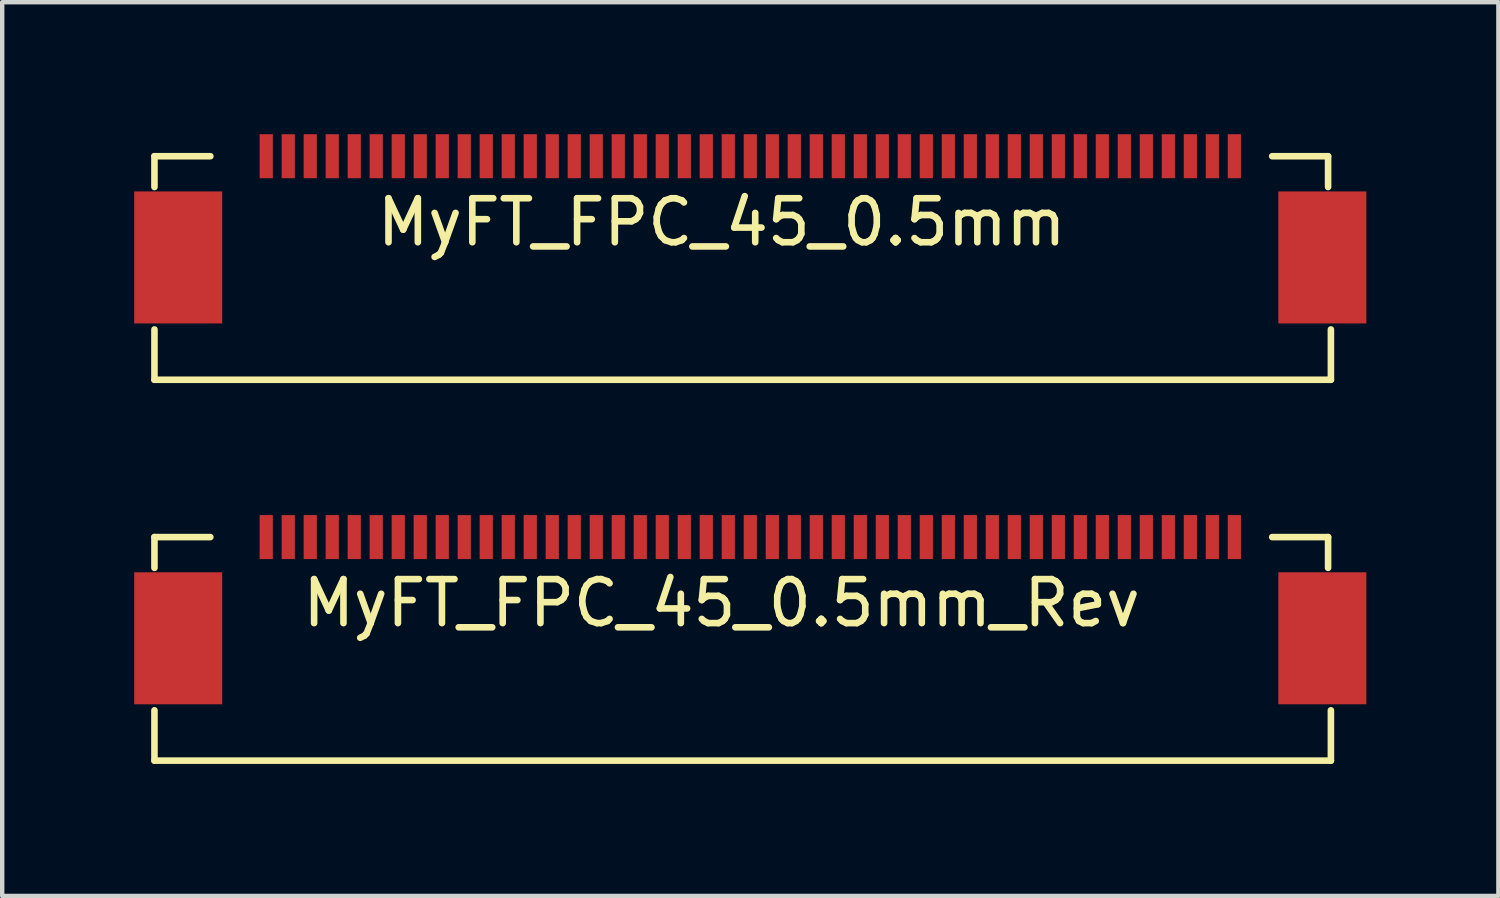
<source format=kicad_pcb>
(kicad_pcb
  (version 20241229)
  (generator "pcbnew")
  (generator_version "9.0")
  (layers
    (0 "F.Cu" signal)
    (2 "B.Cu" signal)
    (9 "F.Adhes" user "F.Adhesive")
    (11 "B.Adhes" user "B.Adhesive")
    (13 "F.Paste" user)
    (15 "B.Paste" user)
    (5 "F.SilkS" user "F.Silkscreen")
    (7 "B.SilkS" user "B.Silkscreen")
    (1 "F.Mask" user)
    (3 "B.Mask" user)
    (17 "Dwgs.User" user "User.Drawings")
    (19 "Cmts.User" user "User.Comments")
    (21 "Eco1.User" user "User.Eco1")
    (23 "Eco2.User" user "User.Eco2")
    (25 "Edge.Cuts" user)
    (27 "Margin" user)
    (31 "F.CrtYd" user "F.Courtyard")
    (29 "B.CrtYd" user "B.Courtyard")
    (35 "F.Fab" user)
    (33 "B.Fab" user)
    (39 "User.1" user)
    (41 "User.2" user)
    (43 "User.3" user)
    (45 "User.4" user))
  (footprint "MyFT_FPC_45_0.5mm"
    (layer "F.Cu")
    (at 3 0.5)
    (property "Reference" "MyFT_FPC_45_0.5mm" (at 10.35 1.5 0) (layer "F.SilkS") (effects (font (size 1 1) (thickness 0.15))))
    (attr through_hole)
    (fp_line (start -2.54 0) (end -2.54 0.7) (stroke (width 0.15) (type solid)) (layer "F.SilkS"))
    (fp_line (start -2.54 3.937) (end -2.54 5.08) (stroke (width 0.15) (type solid)) (layer "F.SilkS"))
    (fp_line (start -2.54 5.08) (end 24.194 5.08) (stroke (width 0.15) (type solid)) (layer "F.SilkS"))
    (fp_line (start -1.27 0) (end -2.54 0) (stroke (width 0.15) (type solid)) (layer "F.SilkS"))
    (fp_line (start 24.13 0) (end 22.86 0) (stroke (width 0.15) (type solid)) (layer "F.SilkS"))
    (fp_line (start 24.13 0.7) (end 24.13 0) (stroke (width 0.15) (type solid)) (layer "F.SilkS"))
    (fp_line (start 24.194 5.08) (end 24.194 3.937) (stroke (width 0.15) (type solid)) (layer "F.SilkS"))
    (pad "1" smd trapezoid (at 22 0) (size 0.3 1) (layers "F.Cu" "F.Mask" "F.Paste"))
    (pad "2" smd trapezoid (at 21.5 0) (size 0.3 1) (layers "F.Cu" "F.Mask" "F.Paste"))
    (pad "3" smd trapezoid (at 21 0) (size 0.3 1) (layers "F.Cu" "F.Mask" "F.Paste"))
    (pad "4" smd trapezoid (at 20.5 0) (size 0.3 1) (layers "F.Cu" "F.Mask" "F.Paste"))
    (pad "5" smd trapezoid (at 20 0) (size 0.3 1) (layers "F.Cu" "F.Mask" "F.Paste"))
    (pad "6" smd trapezoid (at 19.5 0) (size 0.3 1) (layers "F.Cu" "F.Mask" "F.Paste"))
    (pad "7" smd trapezoid (at 19 0) (size 0.3 1) (layers "F.Cu" "F.Mask" "F.Paste"))
    (pad "8" smd trapezoid (at 18.5 0) (size 0.3 1) (layers "F.Cu" "F.Mask" "F.Paste"))
    (pad "9" smd trapezoid (at 18 0) (size 0.3 1) (layers "F.Cu" "F.Mask" "F.Paste"))
    (pad "10" smd trapezoid (at 17.5 0) (size 0.3 1) (layers "F.Cu" "F.Mask" "F.Paste"))
    (pad "11" smd trapezoid (at 17 0) (size 0.3 1) (layers "F.Cu" "F.Mask" "F.Paste"))
    (pad "12" smd trapezoid (at 16.5 0) (size 0.3 1) (layers "F.Cu" "F.Mask" "F.Paste"))
    (pad "13" smd trapezoid (at 16 0) (size 0.3 1) (layers "F.Cu" "F.Mask" "F.Paste"))
    (pad "14" smd trapezoid (at 15.5 0) (size 0.3 1) (layers "F.Cu" "F.Mask" "F.Paste"))
    (pad "15" smd trapezoid (at 15 0) (size 0.3 1) (layers "F.Cu" "F.Mask" "F.Paste"))
    (pad "16" smd trapezoid (at 14.5 0) (size 0.3 1) (layers "F.Cu" "F.Mask" "F.Paste"))
    (pad "17" smd trapezoid (at 14 0) (size 0.3 1) (layers "F.Cu" "F.Mask" "F.Paste"))
    (pad "18" smd trapezoid (at 13.5 0) (size 0.3 1) (layers "F.Cu" "F.Mask" "F.Paste"))
    (pad "19" smd trapezoid (at 13 0) (size 0.3 1) (layers "F.Cu" "F.Mask" "F.Paste"))
    (pad "20" smd trapezoid (at 12.5 0) (size 0.3 1) (layers "F.Cu" "F.Mask" "F.Paste"))
    (pad "21" smd trapezoid (at 12 0) (size 0.3 1) (layers "F.Cu" "F.Mask" "F.Paste"))
    (pad "22" smd trapezoid (at 11.5 0) (size 0.3 1) (layers "F.Cu" "F.Mask" "F.Paste"))
    (pad "23" smd trapezoid (at 11 0) (size 0.3 1) (layers "F.Cu" "F.Mask" "F.Paste"))
    (pad "24" smd trapezoid (at 10.5 0) (size 0.3 1) (layers "F.Cu" "F.Mask" "F.Paste"))
    (pad "25" smd trapezoid (at 10 0) (size 0.3 1) (layers "F.Cu" "F.Mask" "F.Paste"))
    (pad "26" smd trapezoid (at 9.5 0) (size 0.3 1) (layers "F.Cu" "F.Mask" "F.Paste"))
    (pad "27" smd trapezoid (at 9 0) (size 0.3 1) (layers "F.Cu" "F.Mask" "F.Paste"))
    (pad "28" smd trapezoid (at 8.5 0) (size 0.3 1) (layers "F.Cu" "F.Mask" "F.Paste"))
    (pad "29" smd trapezoid (at 8 0) (size 0.3 1) (layers "F.Cu" "F.Mask" "F.Paste"))
    (pad "30" smd trapezoid (at 7.5 0) (size 0.3 1) (layers "F.Cu" "F.Mask" "F.Paste"))
    (pad "31" smd trapezoid (at 7 0) (size 0.3 1) (layers "F.Cu" "F.Mask" "F.Paste"))
    (pad "32" smd trapezoid (at 6.5 0) (size 0.3 1) (layers "F.Cu" "F.Mask" "F.Paste"))
    (pad "33" smd trapezoid (at 6 0) (size 0.3 1) (layers "F.Cu" "F.Mask" "F.Paste"))
    (pad "34" smd trapezoid (at 5.5 0) (size 0.3 1) (layers "F.Cu" "F.Mask" "F.Paste"))
    (pad "35" smd trapezoid (at 5 0) (size 0.3 1) (layers "F.Cu" "F.Mask" "F.Paste"))
    (pad "36" smd trapezoid (at 4.5 0) (size 0.3 1) (layers "F.Cu" "F.Mask" "F.Paste"))
    (pad "37" smd trapezoid (at 4 0) (size 0.3 1) (layers "F.Cu" "F.Mask" "F.Paste"))
    (pad "38" smd trapezoid (at 3.5 0) (size 0.3 1) (layers "F.Cu" "F.Mask" "F.Paste"))
    (pad "39" smd trapezoid (at 3 0) (size 0.3 1) (layers "F.Cu" "F.Mask" "F.Paste"))
    (pad "40" smd trapezoid (at 2.5 0) (size 0.3 1) (layers "F.Cu" "F.Mask" "F.Paste"))
    (pad "41" smd trapezoid (at 2 0) (size 0.3 1) (layers "F.Cu" "F.Mask" "F.Paste"))
    (pad "42" smd trapezoid (at 1.5 0) (size 0.3 1) (layers "F.Cu" "F.Mask" "F.Paste"))
    (pad "43" smd trapezoid (at 1 0) (size 0.3 1) (layers "F.Cu" "F.Mask" "F.Paste"))
    (pad "44" smd trapezoid (at 0.5 0) (size 0.3 1) (layers "F.Cu" "F.Mask" "F.Paste"))
    (pad "45" smd trapezoid (at 0 0) (size 0.3 1) (layers "F.Cu" "F.Mask" "F.Paste"))
    (pad "46" smd trapezoid (at -2 2.3) (size 2 3) (layers "F.Cu" "F.Mask" "F.Paste"))
    (pad "46" smd trapezoid (at 24 2.3) (size 2 3) (layers "F.Cu" "F.Mask" "F.Paste")))
  (footprint "MyFT_FPC_45_0.5mm_Rev"
    (layer "F.Cu")
    (at 3 9.155)
    (property "Reference" "MyFT_FPC_45_0.5mm_Rev" (at 10.35 1.5 0) (layer "F.SilkS") (effects (font (size 1 1) (thickness 0.15))))
    (attr through_hole)
    (fp_line (start -2.54 0) (end -2.54 0.7) (stroke (width 0.15) (type solid)) (layer "F.SilkS"))
    (fp_line (start -2.54 3.937) (end -2.54 5.08) (stroke (width 0.15) (type solid)) (layer "F.SilkS"))
    (fp_line (start -2.54 5.08) (end 24.194 5.08) (stroke (width 0.15) (type solid)) (layer "F.SilkS"))
    (fp_line (start -1.27 0) (end -2.54 0) (stroke (width 0.15) (type solid)) (layer "F.SilkS"))
    (fp_line (start 24.13 0) (end 22.86 0) (stroke (width 0.15) (type solid)) (layer "F.SilkS"))
    (fp_line (start 24.13 0.7) (end 24.13 0) (stroke (width 0.15) (type solid)) (layer "F.SilkS"))
    (fp_line (start 24.194 5.08) (end 24.194 3.937) (stroke (width 0.15) (type solid)) (layer "F.SilkS"))
    (pad "1" smd trapezoid (at 0 0) (size 0.3 1) (layers "F.Cu" "F.Mask" "F.Paste"))
    (pad "2" smd trapezoid (at 0.5 0) (size 0.3 1) (layers "F.Cu" "F.Mask" "F.Paste"))
    (pad "3" smd trapezoid (at 1 0) (size 0.3 1) (layers "F.Cu" "F.Mask" "F.Paste"))
    (pad "4" smd trapezoid (at 1.5 0) (size 0.3 1) (layers "F.Cu" "F.Mask" "F.Paste"))
    (pad "5" smd trapezoid (at 2 0) (size 0.3 1) (layers "F.Cu" "F.Mask" "F.Paste"))
    (pad "6" smd trapezoid (at 2.5 0) (size 0.3 1) (layers "F.Cu" "F.Mask" "F.Paste"))
    (pad "7" smd trapezoid (at 3 0) (size 0.3 1) (layers "F.Cu" "F.Mask" "F.Paste"))
    (pad "8" smd trapezoid (at 3.5 0) (size 0.3 1) (layers "F.Cu" "F.Mask" "F.Paste"))
    (pad "9" smd trapezoid (at 4 0) (size 0.3 1) (layers "F.Cu" "F.Mask" "F.Paste"))
    (pad "10" smd trapezoid (at 4.5 0) (size 0.3 1) (layers "F.Cu" "F.Mask" "F.Paste"))
    (pad "11" smd trapezoid (at 5 0) (size 0.3 1) (layers "F.Cu" "F.Mask" "F.Paste"))
    (pad "12" smd trapezoid (at 5.5 0) (size 0.3 1) (layers "F.Cu" "F.Mask" "F.Paste"))
    (pad "13" smd trapezoid (at 6 0) (size 0.3 1) (layers "F.Cu" "F.Mask" "F.Paste"))
    (pad "14" smd trapezoid (at 6.5 0) (size 0.3 1) (layers "F.Cu" "F.Mask" "F.Paste"))
    (pad "15" smd trapezoid (at 7 0) (size 0.3 1) (layers "F.Cu" "F.Mask" "F.Paste"))
    (pad "16" smd trapezoid (at 7.5 0) (size 0.3 1) (layers "F.Cu" "F.Mask" "F.Paste"))
    (pad "17" smd trapezoid (at 8 0) (size 0.3 1) (layers "F.Cu" "F.Mask" "F.Paste"))
    (pad "18" smd trapezoid (at 8.5 0) (size 0.3 1) (layers "F.Cu" "F.Mask" "F.Paste"))
    (pad "19" smd trapezoid (at 9 0) (size 0.3 1) (layers "F.Cu" "F.Mask" "F.Paste"))
    (pad "20" smd trapezoid (at 9.5 0) (size 0.3 1) (layers "F.Cu" "F.Mask" "F.Paste"))
    (pad "21" smd trapezoid (at 10 0) (size 0.3 1) (layers "F.Cu" "F.Mask" "F.Paste"))
    (pad "22" smd trapezoid (at 10.5 0) (size 0.3 1) (layers "F.Cu" "F.Mask" "F.Paste"))
    (pad "23" smd trapezoid (at 11 0) (size 0.3 1) (layers "F.Cu" "F.Mask" "F.Paste"))
    (pad "24" smd trapezoid (at 11.5 0) (size 0.3 1) (layers "F.Cu" "F.Mask" "F.Paste"))
    (pad "25" smd trapezoid (at 12 0) (size 0.3 1) (layers "F.Cu" "F.Mask" "F.Paste"))
    (pad "26" smd trapezoid (at 12.5 0) (size 0.3 1) (layers "F.Cu" "F.Mask" "F.Paste"))
    (pad "27" smd trapezoid (at 13 0) (size 0.3 1) (layers "F.Cu" "F.Mask" "F.Paste"))
    (pad "28" smd trapezoid (at 13.5 0) (size 0.3 1) (layers "F.Cu" "F.Mask" "F.Paste"))
    (pad "29" smd trapezoid (at 14 0) (size 0.3 1) (layers "F.Cu" "F.Mask" "F.Paste"))
    (pad "30" smd trapezoid (at 14.5 0) (size 0.3 1) (layers "F.Cu" "F.Mask" "F.Paste"))
    (pad "31" smd trapezoid (at 15 0) (size 0.3 1) (layers "F.Cu" "F.Mask" "F.Paste"))
    (pad "32" smd trapezoid (at 15.5 0) (size 0.3 1) (layers "F.Cu" "F.Mask" "F.Paste"))
    (pad "33" smd trapezoid (at 16 0) (size 0.3 1) (layers "F.Cu" "F.Mask" "F.Paste"))
    (pad "34" smd trapezoid (at 16.5 0) (size 0.3 1) (layers "F.Cu" "F.Mask" "F.Paste"))
    (pad "35" smd trapezoid (at 17 0) (size 0.3 1) (layers "F.Cu" "F.Mask" "F.Paste"))
    (pad "36" smd trapezoid (at 17.5 0) (size 0.3 1) (layers "F.Cu" "F.Mask" "F.Paste"))
    (pad "37" smd trapezoid (at 18 0) (size 0.3 1) (layers "F.Cu" "F.Mask" "F.Paste"))
    (pad "38" smd trapezoid (at 18.5 0) (size 0.3 1) (layers "F.Cu" "F.Mask" "F.Paste"))
    (pad "39" smd trapezoid (at 19 0) (size 0.3 1) (layers "F.Cu" "F.Mask" "F.Paste"))
    (pad "40" smd trapezoid (at 19.5 0) (size 0.3 1) (layers "F.Cu" "F.Mask" "F.Paste"))
    (pad "41" smd trapezoid (at 20 0) (size 0.3 1) (layers "F.Cu" "F.Mask" "F.Paste"))
    (pad "42" smd trapezoid (at 20.5 0) (size 0.3 1) (layers "F.Cu" "F.Mask" "F.Paste"))
    (pad "43" smd trapezoid (at 21 0) (size 0.3 1) (layers "F.Cu" "F.Mask" "F.Paste"))
    (pad "44" smd trapezoid (at 21.5 0) (size 0.3 1) (layers "F.Cu" "F.Mask" "F.Paste"))
    (pad "45" smd trapezoid (at 22 0) (size 0.3 1) (layers "F.Cu" "F.Mask" "F.Paste"))
    (pad "46" smd trapezoid (at -2 2.3) (size 2 3) (layers "F.Cu" "F.Mask" "F.Paste"))
    (pad "46" smd trapezoid (at 24 2.3) (size 2 3) (layers "F.Cu" "F.Mask" "F.Paste")))
  (gr_rect
    (start -3 -3)
    (end 31 17.31)
    (stroke (width 0.1) (type default))
    (fill no)
    (layer "Edge.Cuts")))
</source>
